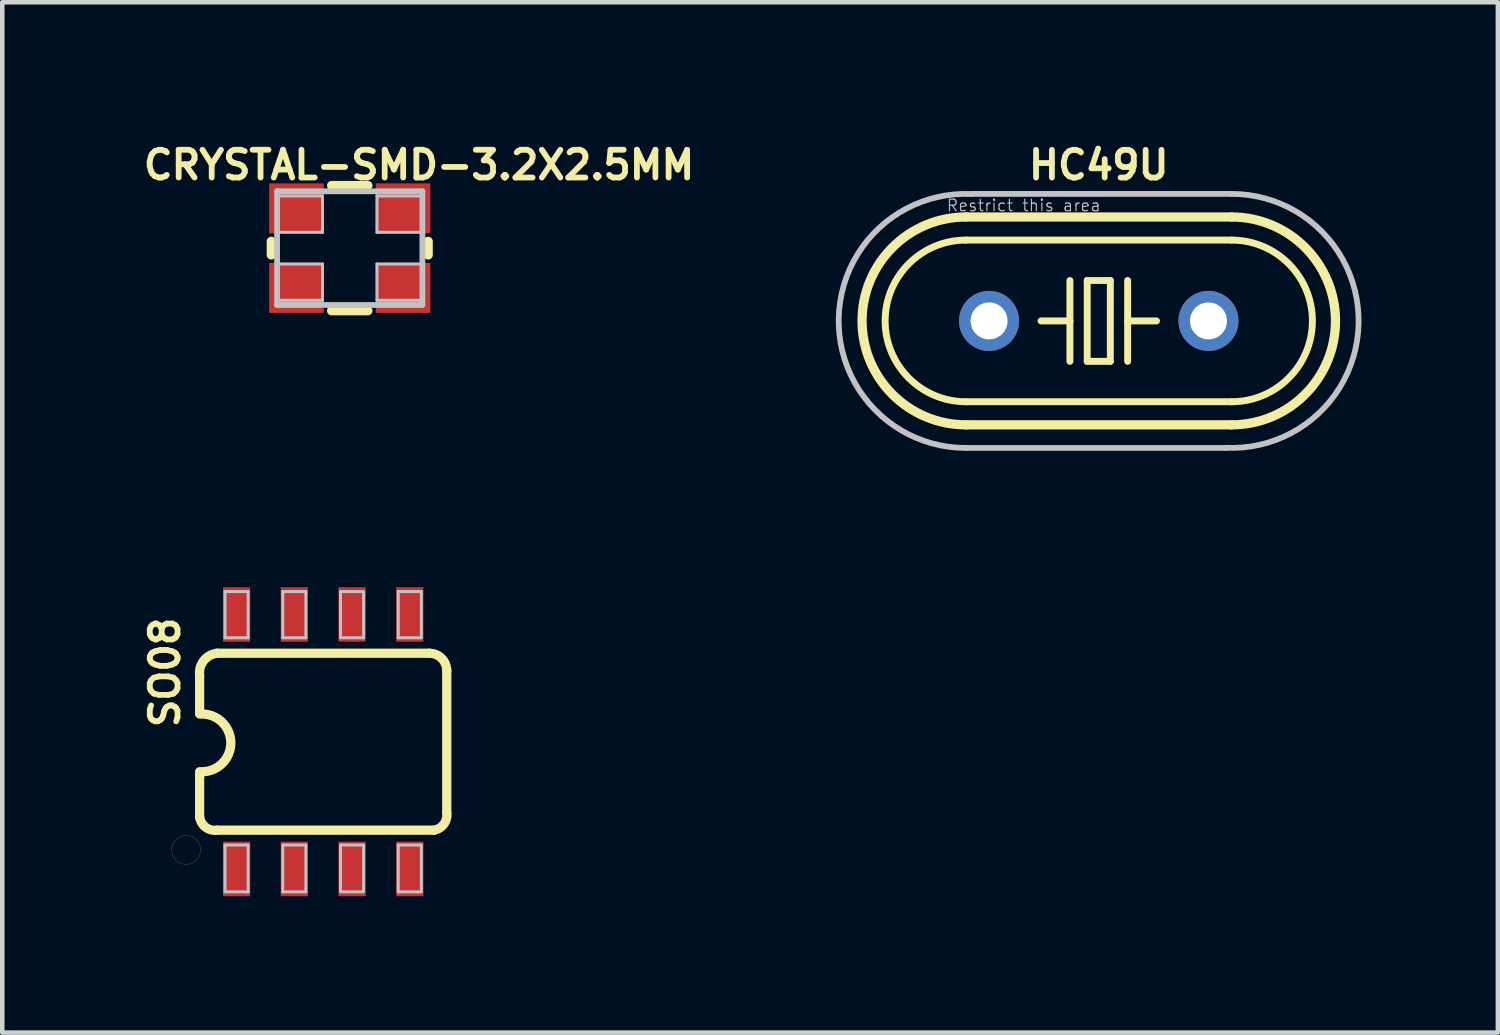
<source format=kicad_pcb>
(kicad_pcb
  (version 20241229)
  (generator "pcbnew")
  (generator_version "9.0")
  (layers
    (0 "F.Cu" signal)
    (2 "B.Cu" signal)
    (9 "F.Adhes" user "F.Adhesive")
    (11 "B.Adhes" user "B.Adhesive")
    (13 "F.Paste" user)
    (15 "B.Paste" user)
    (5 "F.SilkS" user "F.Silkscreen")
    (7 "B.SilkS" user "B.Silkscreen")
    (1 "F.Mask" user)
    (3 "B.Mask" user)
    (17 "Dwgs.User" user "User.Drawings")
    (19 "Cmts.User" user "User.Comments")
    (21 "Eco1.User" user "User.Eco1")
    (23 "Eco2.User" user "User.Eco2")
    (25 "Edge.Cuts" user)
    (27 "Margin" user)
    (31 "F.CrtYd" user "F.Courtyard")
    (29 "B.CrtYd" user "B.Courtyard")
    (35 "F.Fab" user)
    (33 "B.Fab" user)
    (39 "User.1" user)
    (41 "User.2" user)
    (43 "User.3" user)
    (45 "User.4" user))
  (footprint "SO08"
    (layer "F.Cu")
    (at 4.059 13.265)
    (property "Reference" "SO08" (at -3.48 -1.524 90) (layer "F.SilkS") (effects (font (size 0.61 0.61) (thickness 0.127))))
    (attr smd)
    (fp_line (start -3.332 2.38) (end -3.325 2.451) (stroke (width 0.003) (type solid)) (layer "F.SilkS"))
    (fp_line (start -3.325 2.309) (end -3.332 2.38) (stroke (width 0.003) (type solid)) (layer "F.SilkS"))
    (fp_line (start -3.325 2.451) (end -3.302 2.517) (stroke (width 0.003) (type solid)) (layer "F.SilkS"))
    (fp_line (start -3.302 2.243) (end -3.325 2.309) (stroke (width 0.003) (type solid)) (layer "F.SilkS"))
    (fp_line (start -3.302 2.517) (end -3.264 2.578) (stroke (width 0.003) (type solid)) (layer "F.SilkS"))
    (fp_line (start -3.264 2.182) (end -3.302 2.243) (stroke (width 0.003) (type solid)) (layer "F.SilkS"))
    (fp_line (start -3.264 2.578) (end -3.213 2.629) (stroke (width 0.003) (type solid)) (layer "F.SilkS"))
    (fp_line (start -3.213 2.131) (end -3.264 2.182) (stroke (width 0.003) (type solid)) (layer "F.SilkS"))
    (fp_line (start -3.213 2.629) (end -3.152 2.667) (stroke (width 0.003) (type solid)) (layer "F.SilkS"))
    (fp_line (start -3.152 2.093) (end -3.213 2.131) (stroke (width 0.003) (type solid)) (layer "F.SilkS"))
    (fp_line (start -3.152 2.667) (end -3.086 2.69) (stroke (width 0.003) (type solid)) (layer "F.SilkS"))
    (fp_line (start -3.086 2.07) (end -3.152 2.093) (stroke (width 0.003) (type solid)) (layer "F.SilkS"))
    (fp_line (start -3.086 2.69) (end -3.015 2.697) (stroke (width 0.003) (type solid)) (layer "F.SilkS"))
    (fp_line (start -3.015 2.062) (end -3.086 2.07) (stroke (width 0.003) (type solid)) (layer "F.SilkS"))
    (fp_line (start -3.015 2.697) (end -2.944 2.69) (stroke (width 0.003) (type solid)) (layer "F.SilkS"))
    (fp_line (start -2.944 2.07) (end -3.015 2.062) (stroke (width 0.003) (type solid)) (layer "F.SilkS"))
    (fp_line (start -2.944 2.69) (end -2.878 2.667) (stroke (width 0.003) (type solid)) (layer "F.SilkS"))
    (fp_line (start -2.878 2.093) (end -2.944 2.07) (stroke (width 0.003) (type solid)) (layer "F.SilkS"))
    (fp_line (start -2.878 2.667) (end -2.817 2.629) (stroke (width 0.003) (type solid)) (layer "F.SilkS"))
    (fp_line (start -2.817 2.131) (end -2.878 2.093) (stroke (width 0.003) (type solid)) (layer "F.SilkS"))
    (fp_line (start -2.817 2.629) (end -2.766 2.578) (stroke (width 0.003) (type solid)) (layer "F.SilkS"))
    (fp_line (start -2.766 2.182) (end -2.817 2.131) (stroke (width 0.003) (type solid)) (layer "F.SilkS"))
    (fp_line (start -2.766 2.578) (end -2.728 2.517) (stroke (width 0.003) (type solid)) (layer "F.SilkS"))
    (fp_line (start -2.728 2.243) (end -2.766 2.182) (stroke (width 0.003) (type solid)) (layer "F.SilkS"))
    (fp_line (start -2.728 2.517) (end -2.705 2.451) (stroke (width 0.003) (type solid)) (layer "F.SilkS"))
    (fp_line (start -2.718 -1.45) (end -2.718 -0.61) (stroke (width 0.203) (type solid)) (layer "F.SilkS"))
    (fp_line (start -2.718 1.664) (end -2.718 0.66) (stroke (width 0.203) (type solid)) (layer "F.SilkS"))
    (fp_line (start -2.705 2.309) (end -2.728 2.243) (stroke (width 0.003) (type solid)) (layer "F.SilkS"))
    (fp_line (start -2.705 2.451) (end -2.697 2.38) (stroke (width 0.003) (type solid)) (layer "F.SilkS"))
    (fp_line (start -2.697 2.38) (end -2.705 2.309) (stroke (width 0.003) (type solid)) (layer "F.SilkS"))
    (fp_line (start -2.337 1.946) (end 2.436 1.946) (stroke (width 0.203) (type solid)) (layer "F.SilkS"))
    (fp_line (start 2.337 -1.946) (end -2.337 -1.946) (stroke (width 0.203) (type solid)) (layer "F.SilkS"))
    (fp_line (start 2.718 1.565) (end 2.718 -1.565) (stroke (width 0.203) (type solid)) (layer "F.SilkS"))
    (fp_arc (start -2.7178 -1.46304) (mid -2.62725 -1.783248) (end -2.3368 -1.94564) (stroke (width 0.2032) (type solid)) (layer "F.SilkS"))
    (fp_arc (start -2.667 -0.6096) (mid -2.032 0.0254) (end -2.667 0.6604) (stroke (width 0.2032) (type solid)) (layer "F.SilkS"))
    (fp_arc (start -2.3368 1.94564) (mid -2.584422 1.883052) (end -2.71526 1.6637) (stroke (width 0.2032) (type solid)) (layer "F.SilkS"))
    (fp_arc (start 2.3368 -1.94564) (mid 2.606208 -1.834048) (end 2.7178 -1.56464) (stroke (width 0.2032) (type solid)) (layer "F.SilkS"))
    (fp_arc (start 2.7178 1.56464) (mid 2.654468 1.814058) (end 2.43332 1.94564) (stroke (width 0.2032) (type solid)) (layer "F.SilkS"))
    (fp_line (start -2.159 -3.302) (end -1.651 -3.302) (stroke (width 0.066) (type solid)) (layer "Dwgs.User"))
    (fp_line (start -2.159 -2.286) (end -2.159 -3.302) (stroke (width 0.066) (type solid)) (layer "Dwgs.User"))
    (fp_line (start -2.159 -2.286) (end -1.651 -2.286) (stroke (width 0.066) (type solid)) (layer "Dwgs.User"))
    (fp_line (start -2.159 2.273) (end -1.651 2.273) (stroke (width 0.066) (type solid)) (layer "Dwgs.User"))
    (fp_line (start -2.159 3.302) (end -2.159 2.273) (stroke (width 0.066) (type solid)) (layer "Dwgs.User"))
    (fp_line (start -2.159 3.302) (end -1.651 3.302) (stroke (width 0.066) (type solid)) (layer "Dwgs.User"))
    (fp_line (start -1.651 -2.286) (end -1.651 -3.302) (stroke (width 0.066) (type solid)) (layer "Dwgs.User"))
    (fp_line (start -1.651 3.302) (end -1.651 2.273) (stroke (width 0.066) (type solid)) (layer "Dwgs.User"))
    (fp_line (start -0.889 -3.302) (end -0.381 -3.302) (stroke (width 0.066) (type solid)) (layer "Dwgs.User"))
    (fp_line (start -0.889 -2.286) (end -0.889 -3.302) (stroke (width 0.066) (type solid)) (layer "Dwgs.User"))
    (fp_line (start -0.889 -2.286) (end -0.381 -2.286) (stroke (width 0.066) (type solid)) (layer "Dwgs.User"))
    (fp_line (start -0.889 2.273) (end -0.381 2.273) (stroke (width 0.066) (type solid)) (layer "Dwgs.User"))
    (fp_line (start -0.889 3.302) (end -0.889 2.273) (stroke (width 0.066) (type solid)) (layer "Dwgs.User"))
    (fp_line (start -0.889 3.302) (end -0.381 3.302) (stroke (width 0.066) (type solid)) (layer "Dwgs.User"))
    (fp_line (start -0.381 -2.286) (end -0.381 -3.302) (stroke (width 0.066) (type solid)) (layer "Dwgs.User"))
    (fp_line (start -0.381 3.302) (end -0.381 2.273) (stroke (width 0.066) (type solid)) (layer "Dwgs.User"))
    (fp_line (start 0.381 -3.302) (end 0.889 -3.302) (stroke (width 0.066) (type solid)) (layer "Dwgs.User"))
    (fp_line (start 0.381 -2.286) (end 0.381 -3.302) (stroke (width 0.066) (type solid)) (layer "Dwgs.User"))
    (fp_line (start 0.381 -2.286) (end 0.889 -2.286) (stroke (width 0.066) (type solid)) (layer "Dwgs.User"))
    (fp_line (start 0.381 2.273) (end 0.889 2.273) (stroke (width 0.066) (type solid)) (layer "Dwgs.User"))
    (fp_line (start 0.381 3.302) (end 0.381 2.273) (stroke (width 0.066) (type solid)) (layer "Dwgs.User"))
    (fp_line (start 0.381 3.302) (end 0.889 3.302) (stroke (width 0.066) (type solid)) (layer "Dwgs.User"))
    (fp_line (start 0.889 -2.286) (end 0.889 -3.302) (stroke (width 0.066) (type solid)) (layer "Dwgs.User"))
    (fp_line (start 0.889 3.302) (end 0.889 2.273) (stroke (width 0.066) (type solid)) (layer "Dwgs.User"))
    (fp_line (start 1.651 -3.302) (end 2.159 -3.302) (stroke (width 0.066) (type solid)) (layer "Dwgs.User"))
    (fp_line (start 1.651 -2.286) (end 1.651 -3.302) (stroke (width 0.066) (type solid)) (layer "Dwgs.User"))
    (fp_line (start 1.651 -2.286) (end 2.159 -2.286) (stroke (width 0.066) (type solid)) (layer "Dwgs.User"))
    (fp_line (start 1.651 2.273) (end 2.159 2.273) (stroke (width 0.066) (type solid)) (layer "Dwgs.User"))
    (fp_line (start 1.651 3.302) (end 1.651 2.273) (stroke (width 0.066) (type solid)) (layer "Dwgs.User"))
    (fp_line (start 1.651 3.302) (end 2.159 3.302) (stroke (width 0.066) (type solid)) (layer "Dwgs.User"))
    (fp_line (start 2.159 -2.286) (end 2.159 -3.302) (stroke (width 0.066) (type solid)) (layer "Dwgs.User"))
    (fp_line (start 2.159 3.302) (end 2.159 2.273) (stroke (width 0.066) (type solid)) (layer "Dwgs.User"))
    (pad "1" smd rect (at -1.905 2.799) (size 0.599 1.199) (layers "F.Cu" "F.Mask" "F.Paste"))
    (pad "2" smd rect (at -0.635 2.799) (size 0.599 1.199) (layers "F.Cu" "F.Mask" "F.Paste"))
    (pad "3" smd rect (at 0.635 2.799) (size 0.599 1.199) (layers "F.Cu" "F.Mask" "F.Paste"))
    (pad "4" smd rect (at 1.905 2.799) (size 0.599 1.199) (layers "F.Cu" "F.Mask" "F.Paste"))
    (pad "5" smd rect (at 1.905 -2.799) (size 0.599 1.199) (layers "F.Cu" "F.Mask" "F.Paste"))
    (pad "6" smd rect (at 0.635 -2.799) (size 0.599 1.199) (layers "F.Cu" "F.Mask" "F.Paste"))
    (pad "7" smd rect (at -0.635 -2.799) (size 0.599 1.199) (layers "F.Cu" "F.Mask" "F.Paste"))
    (pad "8" smd rect (at -1.905 -2.799) (size 0.599 1.199) (layers "F.Cu" "F.Mask" "F.Paste")))
  (footprint "HC49U"
    (layer "F.Cu")
    (at 21.119 4.009)
    (property "Reference" "HC49U" (at 0 -3.429 0) (layer "F.SilkS") (effects (font (size 0.61 0.61) (thickness 0.127))))
    (attr exclude_from_pos_files exclude_from_bom)
    (fp_line (start -2.921 -2.286) (end 2.921 -2.286) (stroke (width 0.203) (type solid)) (layer "F.SilkS"))
    (fp_line (start -2.921 1.778) (end 2.921 1.778) (stroke (width 0.152) (type solid)) (layer "F.SilkS"))
    (fp_line (start -2.921 2.286) (end 2.921 2.286) (stroke (width 0.203) (type solid)) (layer "F.SilkS"))
    (fp_line (start -0.635 -0.889) (end -0.635 0) (stroke (width 0.152) (type solid)) (layer "F.SilkS"))
    (fp_line (start -0.635 0) (end -1.27 0) (stroke (width 0.152) (type solid)) (layer "F.SilkS"))
    (fp_line (start -0.635 0) (end -0.635 0.889) (stroke (width 0.152) (type solid)) (layer "F.SilkS"))
    (fp_line (start -0.254 -0.889) (end 0.254 -0.889) (stroke (width 0.152) (type solid)) (layer "F.SilkS"))
    (fp_line (start -0.254 0.889) (end -0.254 -0.889) (stroke (width 0.152) (type solid)) (layer "F.SilkS"))
    (fp_line (start 0.254 -0.889) (end 0.254 0.889) (stroke (width 0.152) (type solid)) (layer "F.SilkS"))
    (fp_line (start 0.254 0.889) (end -0.254 0.889) (stroke (width 0.152) (type solid)) (layer "F.SilkS"))
    (fp_line (start 0.635 -0.889) (end 0.635 0) (stroke (width 0.152) (type solid)) (layer "F.SilkS"))
    (fp_line (start 0.635 0) (end 0.635 0.889) (stroke (width 0.152) (type solid)) (layer "F.SilkS"))
    (fp_line (start 0.635 0) (end 1.27 0) (stroke (width 0.152) (type solid)) (layer "F.SilkS"))
    (fp_line (start 2.921 -1.778) (end -2.921 -1.778) (stroke (width 0.152) (type solid)) (layer "F.SilkS"))
    (fp_arc (start -2.921 1.778) (mid -4.699 0) (end -2.921 -1.778) (stroke (width 0.1524) (type solid)) (layer "F.SilkS"))
    (fp_arc (start -2.921 2.286) (mid -5.207 0) (end -2.921 -2.286) (stroke (width 0.2032) (type solid)) (layer "F.SilkS"))
    (fp_arc (start 2.921 -2.286) (mid 5.207 0) (end 2.921 2.286) (stroke (width 0.2032) (type solid)) (layer "F.SilkS"))
    (fp_arc (start 2.921 -1.778) (mid 4.699 0) (end 2.921 1.778) (stroke (width 0.1524) (type solid)) (layer "F.SilkS"))
    (fp_line (start -2.921 2.794) (end 2.794 2.794) (stroke (width 0.127) (type solid)) (layer "Dwgs.User"))
    (fp_line (start -2.794 -2.794) (end 2.921 -2.794) (stroke (width 0.127) (type solid)) (layer "Dwgs.User"))
    (fp_arc (start -2.926897 2.794) (mid -5.720121 -0.065826) (end -2.795282 -2.790898) (stroke (width 0.127) (type solid)) (layer "Dwgs.User"))
    (fp_arc (start 2.921 -2.794) (mid 5.714281 0.063388) (end 2.794256 2.791124) (stroke (width 0.127) (type solid)) (layer "Dwgs.User"))
    (fp_text user "Restrict this area" (at -1.651 -2.54 0) (layer "Dwgs.User") (effects (font (size 0.254 0.254) (thickness 0.025))))
    (pad "1" thru_hole circle (at -2.413 0) (size 1.321 1.321) (drill 0.813) (layers "*.Cu" "*.Paste" "*.Mask"))
    (pad "2" thru_hole circle (at 2.413 0) (size 1.321 1.321) (drill 0.813) (layers "*.Cu" "*.Paste" "*.Mask")))
  (footprint "CRYSTAL-SMD-3.2X2.5MM"
    (layer "F.Cu")
    (at 4.643 2.408)
    (property "Reference" "CRYSTAL-SMD-3.2X2.5MM" (at 1.524 -1.829 0) (layer "F.SilkS") (effects (font (size 0.61 0.61) (thickness 0.127))))
    (attr smd)
    (fp_line (start -1.725 0.15) (end -1.725 -0.15) (stroke (width 0.203) (type solid)) (layer "F.SilkS"))
    (fp_line (start -0.399 -1.377) (end 0.399 -1.377) (stroke (width 0.203) (type solid)) (layer "F.SilkS"))
    (fp_line (start 0.399 1.377) (end -0.399 1.377) (stroke (width 0.203) (type solid)) (layer "F.SilkS"))
    (fp_line (start 1.725 -0.15) (end 1.725 0.15) (stroke (width 0.203) (type solid)) (layer "F.SilkS"))
    (fp_line (start -1.598 -1.25) (end 1.598 -1.25) (stroke (width 0.127) (type solid)) (layer "Dwgs.User"))
    (fp_line (start -1.598 -1.148) (end -0.599 -1.148) (stroke (width 0.066) (type solid)) (layer "Dwgs.User"))
    (fp_line (start -1.598 -0.348) (end -1.598 -1.148) (stroke (width 0.066) (type solid)) (layer "Dwgs.User"))
    (fp_line (start -1.598 -0.348) (end -0.599 -0.348) (stroke (width 0.066) (type solid)) (layer "Dwgs.User"))
    (fp_line (start -1.598 0.348) (end -0.599 0.348) (stroke (width 0.066) (type solid)) (layer "Dwgs.User"))
    (fp_line (start -1.598 1.148) (end -1.598 0.348) (stroke (width 0.066) (type solid)) (layer "Dwgs.User"))
    (fp_line (start -1.598 1.148) (end -0.599 1.148) (stroke (width 0.066) (type solid)) (layer "Dwgs.User"))
    (fp_line (start -1.598 1.25) (end -1.598 -1.25) (stroke (width 0.127) (type solid)) (layer "Dwgs.User"))
    (fp_line (start -0.599 -0.348) (end -0.599 -1.148) (stroke (width 0.066) (type solid)) (layer "Dwgs.User"))
    (fp_line (start -0.599 1.148) (end -0.599 0.348) (stroke (width 0.066) (type solid)) (layer "Dwgs.User"))
    (fp_line (start 0.599 -1.148) (end 1.598 -1.148) (stroke (width 0.066) (type solid)) (layer "Dwgs.User"))
    (fp_line (start 0.599 -0.348) (end 0.599 -1.148) (stroke (width 0.066) (type solid)) (layer "Dwgs.User"))
    (fp_line (start 0.599 -0.348) (end 1.598 -0.348) (stroke (width 0.066) (type solid)) (layer "Dwgs.User"))
    (fp_line (start 0.599 0.348) (end 1.598 0.348) (stroke (width 0.066) (type solid)) (layer "Dwgs.User"))
    (fp_line (start 0.599 1.148) (end 0.599 0.348) (stroke (width 0.066) (type solid)) (layer "Dwgs.User"))
    (fp_line (start 0.599 1.148) (end 1.598 1.148) (stroke (width 0.066) (type solid)) (layer "Dwgs.User"))
    (fp_line (start 1.598 -1.25) (end 1.598 1.25) (stroke (width 0.127) (type solid)) (layer "Dwgs.User"))
    (fp_line (start 1.598 -0.348) (end 1.598 -1.148) (stroke (width 0.066) (type solid)) (layer "Dwgs.User"))
    (fp_line (start 1.598 1.148) (end 1.598 0.348) (stroke (width 0.066) (type solid)) (layer "Dwgs.User"))
    (fp_line (start 1.598 1.25) (end -1.598 1.25) (stroke (width 0.127) (type solid)) (layer "Dwgs.User"))
    (pad "1" smd rect (at -1.173 0.874 180) (size 1.199 1.1) (layers "F.Cu" "F.Mask" "F.Paste"))
    (pad "2" smd rect (at 1.173 0.874) (size 1.199 1.1) (layers "F.Cu" "F.Mask" "F.Paste"))
    (pad "3" smd rect (at 1.173 -0.874) (size 1.199 1.1) (layers "F.Cu" "F.Mask" "F.Paste"))
    (pad "4" smd rect (at -1.173 -0.874 180) (size 1.199 1.1) (layers "F.Cu" "F.Mask" "F.Paste")))
  (gr_rect
    (start -3 -3)
    (end 29.898 19.663)
    (stroke (width 0.1) (type default))
    (fill no)
    (layer "Edge.Cuts")))
</source>
